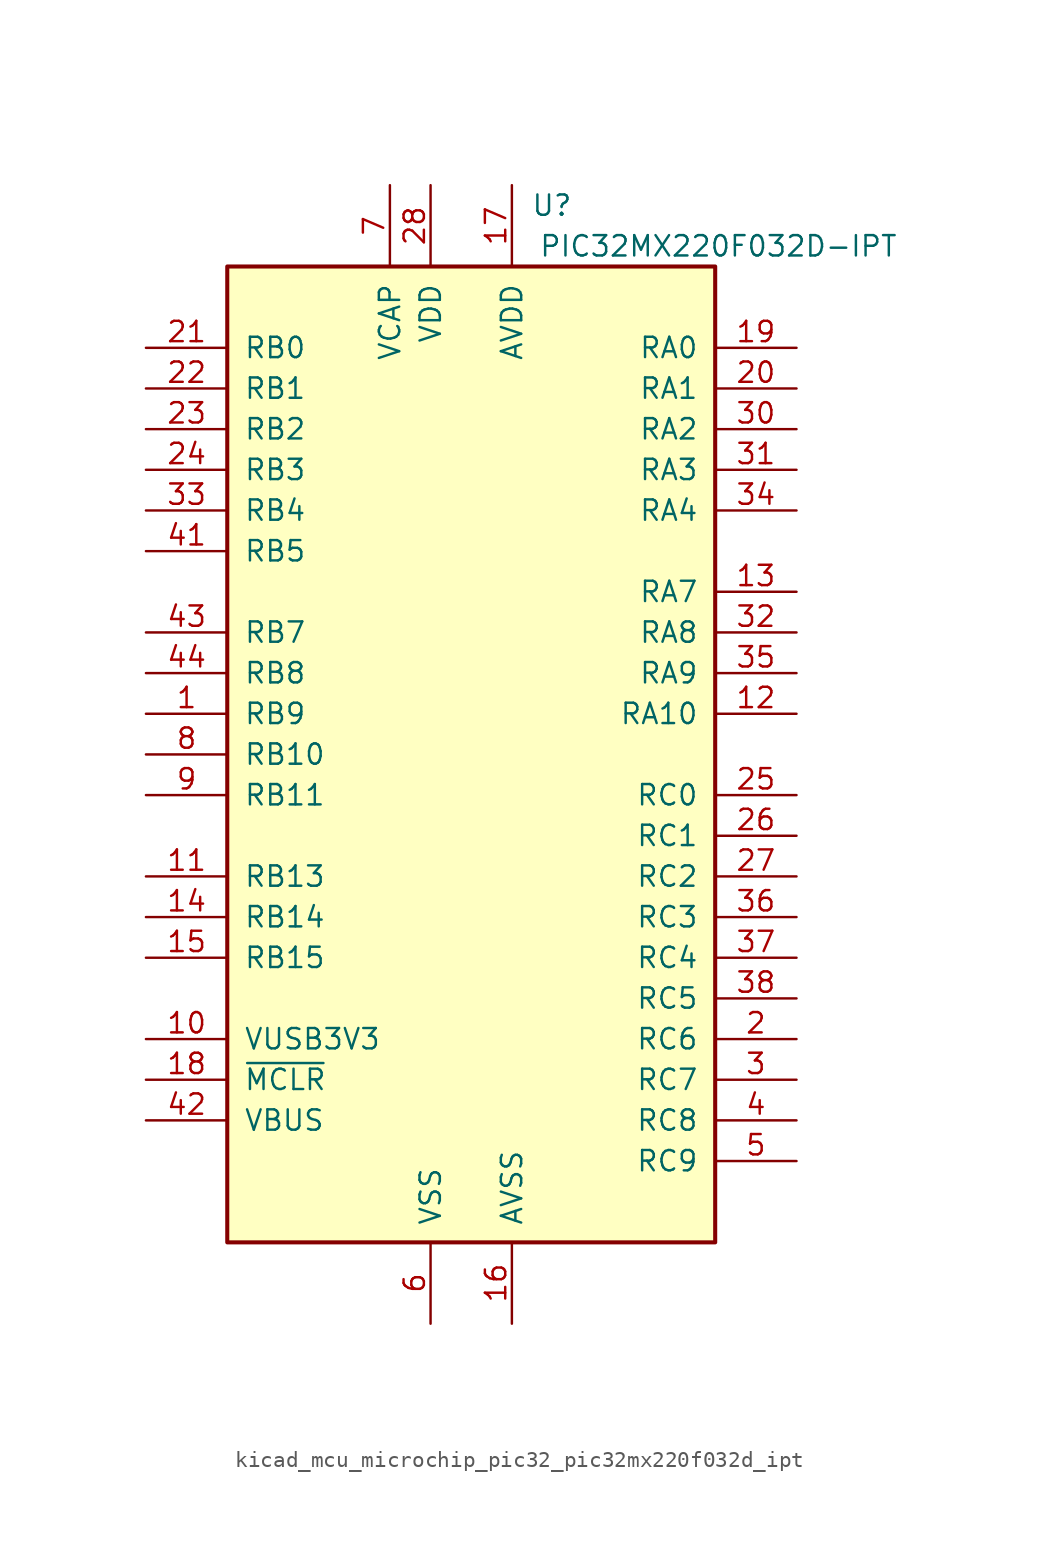
<source format=kicad_sym>
(kicad_symbol_lib
  (version 20220914)
  (generator kicad_symbol_editor)
  (symbol "kicad_mcu_microchip_pic32_pic32mx220f032d_ipt"
    (pin_names
      (offset 1.016))
    (property "Reference" "U"
      (at 6.35 34.29 0)
      (effects (font (size 1.27 1.27)) (justify right)))
    (property "Value" "PIC32MX220F032D-IPT"
      (at 26.67 31.75 0)
      (effects (font (size 1.27 1.27)) (justify right)))
    (symbol "kicad_mcu_microchip_pic32_pic32mx220f032d_ipt_0_1"
      (rectangle (start -15.24 30.48) (end 15.24 -30.48) (stroke (width 0.254) (type default)) (fill (type background))))
    (symbol "kicad_mcu_microchip_pic32_pic32mx220f032d_ipt_1_1"
      (pin bidirectional line (at -20.32 2.54 0) (length 5.08) (name "RB9" (effects (font (size 1.27 1.27)))) (number "1" (effects (font (size 1.27 1.27)))))
      (pin bidirectional line (at -20.32 -17.78 0) (length 5.08) (name "VUSB3V3" (effects (font (size 1.27 1.27)))) (number "10" (effects (font (size 1.27 1.27)))))
      (pin bidirectional line (at -20.32 -7.62 0) (length 5.08) (name "RB13" (effects (font (size 1.27 1.27)))) (number "11" (effects (font (size 1.27 1.27)))))
      (pin bidirectional line (at 20.32 2.54 180) (length 5.08) (name "RA10" (effects (font (size 1.27 1.27)))) (number "12" (effects (font (size 1.27 1.27)))))
      (pin bidirectional line (at 20.32 10.16 180) (length 5.08) (name "RA7" (effects (font (size 1.27 1.27)))) (number "13" (effects (font (size 1.27 1.27)))))
      (pin bidirectional line (at -20.32 -10.16 0) (length 5.08) (name "RB14" (effects (font (size 1.27 1.27)))) (number "14" (effects (font (size 1.27 1.27)))))
      (pin bidirectional line (at -20.32 -12.7 0) (length 5.08) (name "RB15" (effects (font (size 1.27 1.27)))) (number "15" (effects (font (size 1.27 1.27)))))
      (pin power_in line (at 2.54 -35.56 90) (length 5.08) (name "AVSS" (effects (font (size 1.27 1.27)))) (number "16" (effects (font (size 1.27 1.27)))))
      (pin power_in line (at 2.54 35.56 270) (length 5.08) (name "AVDD" (effects (font (size 1.27 1.27)))) (number "17" (effects (font (size 1.27 1.27)))))
      (pin input line (at -20.32 -20.32 0) (length 5.08) (name "~{MCLR}" (effects (font (size 1.27 1.27)))) (number "18" (effects (font (size 1.27 1.27)))))
      (pin input line (at 20.32 25.4 180) (length 5.08) (name "RA0" (effects (font (size 1.27 1.27)))) (number "19" (effects (font (size 1.27 1.27)))))
      (pin bidirectional line (at 20.32 -17.78 180) (length 5.08) (name "RC6" (effects (font (size 1.27 1.27)))) (number "2" (effects (font (size 1.27 1.27)))))
      (pin input line (at 20.32 22.86 180) (length 5.08) (name "RA1" (effects (font (size 1.27 1.27)))) (number "20" (effects (font (size 1.27 1.27)))))
      (pin input line (at -20.32 25.4 0) (length 5.08) (name "RB0" (effects (font (size 1.27 1.27)))) (number "21" (effects (font (size 1.27 1.27)))))
      (pin input line (at -20.32 22.86 0) (length 5.08) (name "RB1" (effects (font (size 1.27 1.27)))) (number "22" (effects (font (size 1.27 1.27)))))
      (pin input line (at -20.32 20.32 0) (length 5.08) (name "RB2" (effects (font (size 1.27 1.27)))) (number "23" (effects (font (size 1.27 1.27)))))
      (pin input line (at -20.32 17.78 0) (length 5.08) (name "RB3" (effects (font (size 1.27 1.27)))) (number "24" (effects (font (size 1.27 1.27)))))
      (pin input line (at 20.32 -2.54 180) (length 5.08) (name "RC0" (effects (font (size 1.27 1.27)))) (number "25" (effects (font (size 1.27 1.27)))))
      (pin input line (at 20.32 -5.08 180) (length 5.08) (name "RC1" (effects (font (size 1.27 1.27)))) (number "26" (effects (font (size 1.27 1.27)))))
      (pin input line (at 20.32 -7.62 180) (length 5.08) (name "RC2" (effects (font (size 1.27 1.27)))) (number "27" (effects (font (size 1.27 1.27)))))
      (pin power_in line (at -2.54 35.56 270) (length 5.08) (name "VDD" (effects (font (size 1.27 1.27)))) (number "28" (effects (font (size 1.27 1.27)))))
      (pin passive line (at -2.54 -35.56 90) (length 5.08) hide (name "VSS" (effects (font (size 1.27 1.27)))) (number "29" (effects (font (size 1.27 1.27)))))
      (pin bidirectional line (at 20.32 -20.32 180) (length 5.08) (name "RC7" (effects (font (size 1.27 1.27)))) (number "3" (effects (font (size 1.27 1.27)))))
      (pin input line (at 20.32 20.32 180) (length 5.08) (name "RA2" (effects (font (size 1.27 1.27)))) (number "30" (effects (font (size 1.27 1.27)))))
      (pin input line (at 20.32 17.78 180) (length 5.08) (name "RA3" (effects (font (size 1.27 1.27)))) (number "31" (effects (font (size 1.27 1.27)))))
      (pin input line (at 20.32 7.62 180) (length 5.08) (name "RA8" (effects (font (size 1.27 1.27)))) (number "32" (effects (font (size 1.27 1.27)))))
      (pin input line (at -20.32 15.24 0) (length 5.08) (name "RB4" (effects (font (size 1.27 1.27)))) (number "33" (effects (font (size 1.27 1.27)))))
      (pin input line (at 20.32 15.24 180) (length 5.08) (name "RA4" (effects (font (size 1.27 1.27)))) (number "34" (effects (font (size 1.27 1.27)))))
      (pin input line (at 20.32 5.08 180) (length 5.08) (name "RA9" (effects (font (size 1.27 1.27)))) (number "35" (effects (font (size 1.27 1.27)))))
      (pin input line (at 20.32 -10.16 180) (length 5.08) (name "RC3" (effects (font (size 1.27 1.27)))) (number "36" (effects (font (size 1.27 1.27)))))
      (pin input line (at 20.32 -12.7 180) (length 5.08) (name "RC4" (effects (font (size 1.27 1.27)))) (number "37" (effects (font (size 1.27 1.27)))))
      (pin input line (at 20.32 -15.24 180) (length 5.08) (name "RC5" (effects (font (size 1.27 1.27)))) (number "38" (effects (font (size 1.27 1.27)))))
      (pin passive line (at -2.54 -35.56 90) (length 5.08) hide (name "VSS" (effects (font (size 1.27 1.27)))) (number "39" (effects (font (size 1.27 1.27)))))
      (pin bidirectional line (at 20.32 -22.86 180) (length 5.08) (name "RC8" (effects (font (size 1.27 1.27)))) (number "4" (effects (font (size 1.27 1.27)))))
      (pin passive line (at -2.54 35.56 270) (length 5.08) hide (name "VDD" (effects (font (size 1.27 1.27)))) (number "40" (effects (font (size 1.27 1.27)))))
      (pin input line (at -20.32 12.7 0) (length 5.08) (name "RB5" (effects (font (size 1.27 1.27)))) (number "41" (effects (font (size 1.27 1.27)))))
      (pin input line (at -20.32 -22.86 0) (length 5.08) (name "VBUS" (effects (font (size 1.27 1.27)))) (number "42" (effects (font (size 1.27 1.27)))))
      (pin input line (at -20.32 7.62 0) (length 5.08) (name "RB7" (effects (font (size 1.27 1.27)))) (number "43" (effects (font (size 1.27 1.27)))))
      (pin input line (at -20.32 5.08 0) (length 5.08) (name "RB8" (effects (font (size 1.27 1.27)))) (number "44" (effects (font (size 1.27 1.27)))))
      (pin bidirectional line (at 20.32 -25.4 180) (length 5.08) (name "RC9" (effects (font (size 1.27 1.27)))) (number "5" (effects (font (size 1.27 1.27)))))
      (pin power_in line (at -2.54 -35.56 90) (length 5.08) (name "VSS" (effects (font (size 1.27 1.27)))) (number "6" (effects (font (size 1.27 1.27)))))
      (pin power_in line (at -5.08 35.56 270) (length 5.08) (name "VCAP" (effects (font (size 1.27 1.27)))) (number "7" (effects (font (size 1.27 1.27)))))
      (pin bidirectional line (at -20.32 0 0) (length 5.08) (name "RB10" (effects (font (size 1.27 1.27)))) (number "8" (effects (font (size 1.27 1.27)))))
      (pin bidirectional line (at -20.32 -2.54 0) (length 5.08) (name "RB11" (effects (font (size 1.27 1.27)))) (number "9" (effects (font (size 1.27 1.27))))))))
</source>
